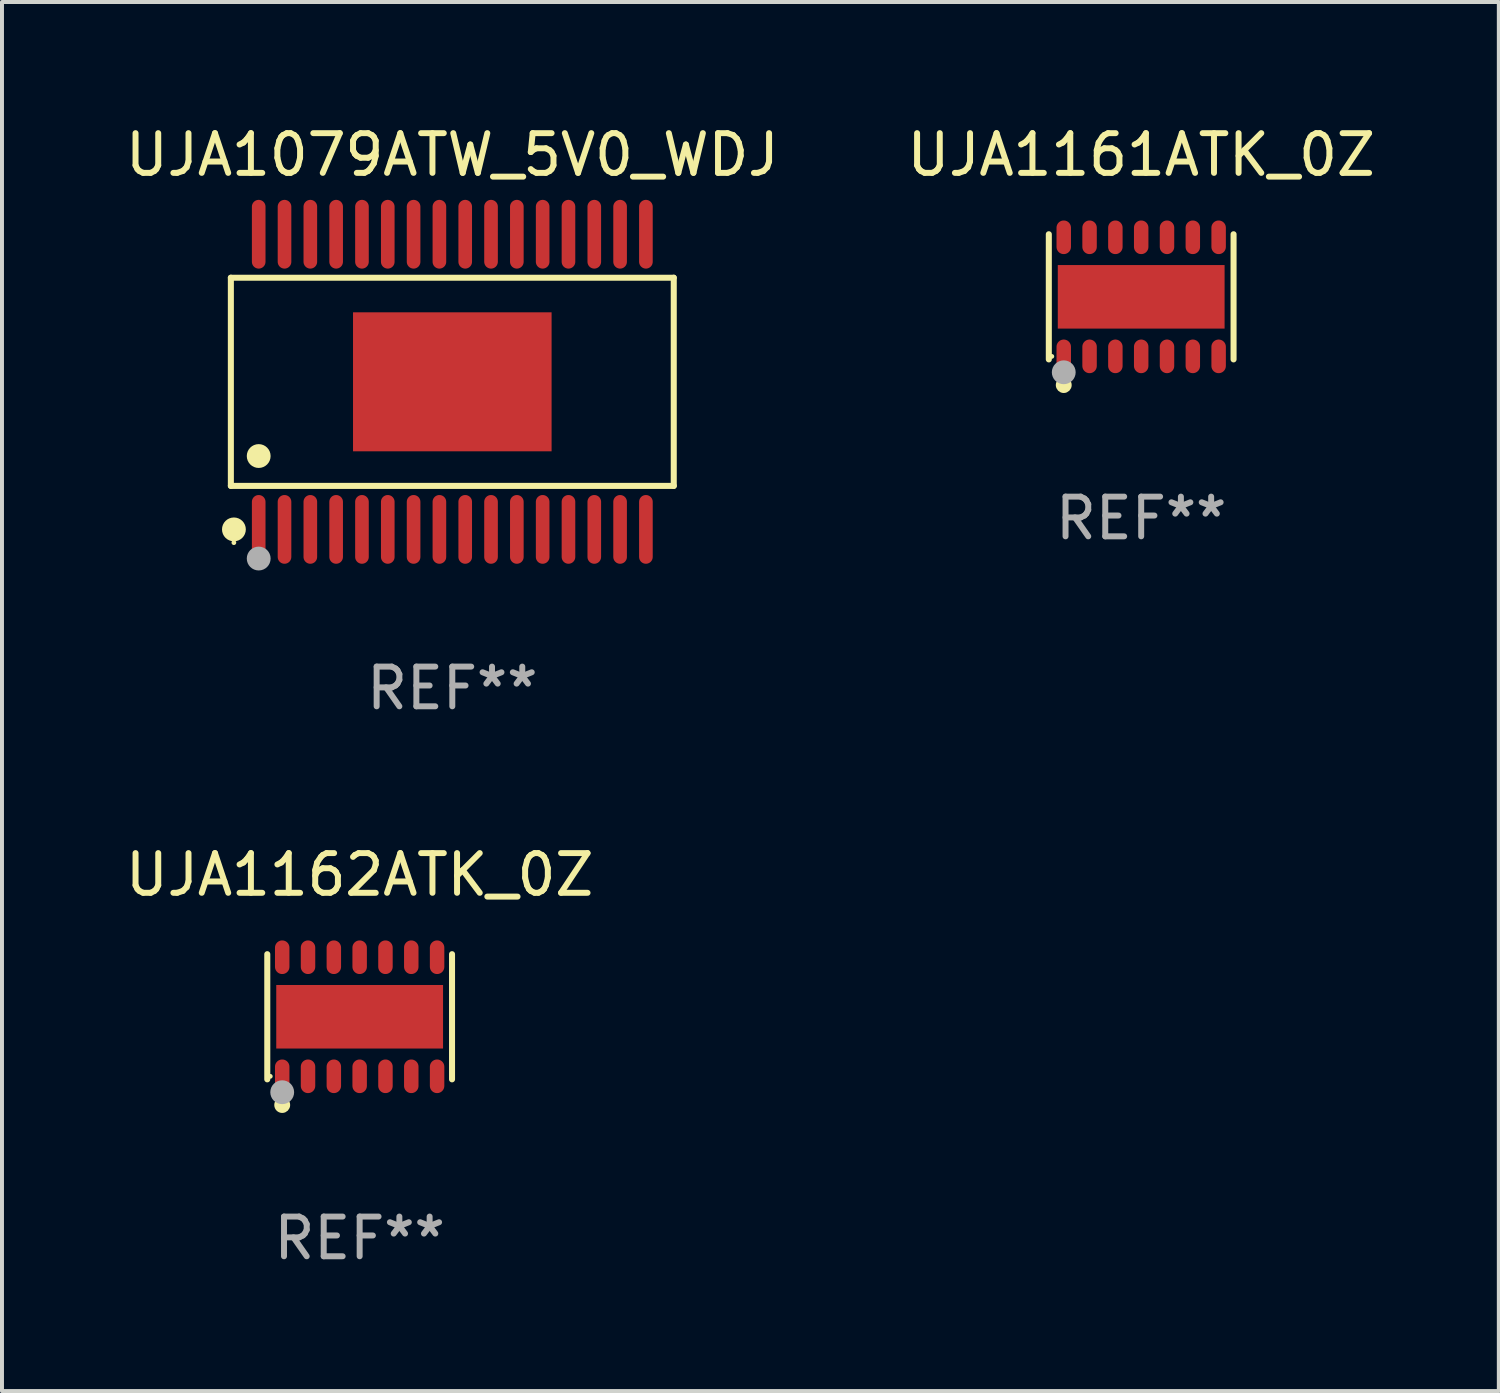
<source format=kicad_pcb>
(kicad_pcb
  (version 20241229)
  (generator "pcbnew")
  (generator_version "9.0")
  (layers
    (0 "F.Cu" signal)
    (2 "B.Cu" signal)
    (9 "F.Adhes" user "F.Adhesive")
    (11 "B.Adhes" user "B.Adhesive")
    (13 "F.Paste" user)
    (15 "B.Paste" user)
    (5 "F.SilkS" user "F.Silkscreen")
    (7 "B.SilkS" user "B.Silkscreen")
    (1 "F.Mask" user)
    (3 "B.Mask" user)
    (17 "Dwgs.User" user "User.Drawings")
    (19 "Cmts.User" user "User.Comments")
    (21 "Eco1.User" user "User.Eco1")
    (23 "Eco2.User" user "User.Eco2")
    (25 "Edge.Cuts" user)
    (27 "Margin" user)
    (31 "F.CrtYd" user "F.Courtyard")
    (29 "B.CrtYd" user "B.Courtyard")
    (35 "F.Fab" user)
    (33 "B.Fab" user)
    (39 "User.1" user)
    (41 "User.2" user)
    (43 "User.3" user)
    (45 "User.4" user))
  (footprint "UJA1161ATK_0Z"
    (layer "F.Cu")
    (at 25.685 4.424)
    (property "Reference" "UJA1161ATK_0Z" (at 0 -3.576 0) (layer "F.SilkS") (effects (font (size 1 1) (thickness 0.15))))
    (attr through_hole)
    (fp_line (start -2.326 1.576) (end -2.326 -1.576) (stroke (width 0.152) (type solid)) (layer "F.SilkS"))
    (fp_line (start 2.326 -1.576) (end 2.326 1.576) (stroke (width 0.152) (type solid)) (layer "F.SilkS"))
    (fp_circle (center -2.25 1.5) (end -2.22 1.5) (stroke (width 0.06) (type solid)) (fill no) (layer "F.SilkS"))
    (fp_circle (center -1.95 2.222) (end -1.85 2.222) (stroke (width 0.2) (type solid)) (fill no) (layer "F.SilkS"))
    (fp_circle (center -1.95 1.9) (end -1.8 1.9) (stroke (width 0.3) (type solid)) (fill no) (layer "F.Fab"))
    (fp_text user "REF**" (at 0 5.576 0) (layer "F.Fab") (effects (font (size 1 1) (thickness 0.15))))
    (pad "1" smd oval (at -1.95 1.499) (size 0.364 0.847) (layers "F.Cu" "F.Mask" "F.Paste"))
    (pad "2" smd oval (at -1.3 1.499) (size 0.364 0.847) (layers "F.Cu" "F.Mask" "F.Paste"))
    (pad "3" smd oval (at -0.65 1.499) (size 0.364 0.847) (layers "F.Cu" "F.Mask" "F.Paste"))
    (pad "4" smd oval (at 0 1.499) (size 0.364 0.847) (layers "F.Cu" "F.Mask" "F.Paste"))
    (pad "5" smd oval (at 0.65 1.499) (size 0.364 0.847) (layers "F.Cu" "F.Mask" "F.Paste"))
    (pad "6" smd oval (at 1.3 1.499) (size 0.364 0.847) (layers "F.Cu" "F.Mask" "F.Paste"))
    (pad "7" smd oval (at 1.95 1.499) (size 0.364 0.847) (layers "F.Cu" "F.Mask" "F.Paste"))
    (pad "8" smd oval (at 1.95 -1.499) (size 0.364 0.847) (layers "F.Cu" "F.Mask" "F.Paste"))
    (pad "9" smd oval (at 1.3 -1.499) (size 0.364 0.847) (layers "F.Cu" "F.Mask" "F.Paste"))
    (pad "10" smd oval (at 0.65 -1.499) (size 0.364 0.847) (layers "F.Cu" "F.Mask" "F.Paste"))
    (pad "11" smd oval (at 0 -1.499) (size 0.364 0.847) (layers "F.Cu" "F.Mask" "F.Paste"))
    (pad "12" smd oval (at -0.65 -1.499) (size 0.364 0.847) (layers "F.Cu" "F.Mask" "F.Paste"))
    (pad "13" smd oval (at -1.3 -1.499) (size 0.364 0.847) (layers "F.Cu" "F.Mask" "F.Paste"))
    (pad "14" smd oval (at -1.95 -1.499) (size 0.364 0.847) (layers "F.Cu" "F.Mask" "F.Paste"))
    (pad "15" smd rect (at 0 0) (size 4.2 1.6) (layers "F.Cu" "F.Mask" "F.Paste")))
  (footprint "UJA1079ATW_5V0_WDJ"
    (layer "F.Cu")
    (at 8.339 6.564)
    (property "Reference" "UJA1079ATW_5V0_WDJ" (at 0 -5.716 0) (layer "F.SilkS") (effects (font (size 1 1) (thickness 0.15))))
    (attr through_hole)
    (fp_line (start -5.576 -2.621) (end 5.576 -2.621) (stroke (width 0.152) (type solid)) (layer "F.SilkS"))
    (fp_line (start -5.576 2.621) (end -5.576 -2.621) (stroke (width 0.152) (type solid)) (layer "F.SilkS"))
    (fp_line (start 5.576 -2.621) (end 5.576 2.621) (stroke (width 0.152) (type solid)) (layer "F.SilkS"))
    (fp_line (start 5.576 2.621) (end -5.576 2.621) (stroke (width 0.152) (type solid)) (layer "F.SilkS"))
    (fp_circle (center -5.5 4.05) (end -5.47 4.05) (stroke (width 0.06) (type solid)) (fill no) (layer "F.SilkS"))
    (fp_circle (center -5.499 3.716) (end -5.349 3.716) (stroke (width 0.3) (type solid)) (fill no) (layer "F.SilkS"))
    (fp_circle (center -4.875 1.869) (end -4.725 1.869) (stroke (width 0.3) (type solid)) (fill no) (layer "F.SilkS"))
    (fp_circle (center -4.875 4.45) (end -4.725 4.45) (stroke (width 0.3) (type solid)) (fill no) (layer "F.Fab"))
    (fp_text user "REF**" (at 0 7.716 0) (layer "F.Fab") (effects (font (size 1 1) (thickness 0.15))))
    (pad "1" smd oval (at -4.875 3.716) (size 0.343 1.731) (layers "F.Cu" "F.Mask" "F.Paste"))
    (pad "2" smd oval (at -4.225 3.716) (size 0.343 1.731) (layers "F.Cu" "F.Mask" "F.Paste"))
    (pad "3" smd oval (at -3.575 3.716) (size 0.343 1.731) (layers "F.Cu" "F.Mask" "F.Paste"))
    (pad "4" smd oval (at -2.925 3.716) (size 0.343 1.731) (layers "F.Cu" "F.Mask" "F.Paste"))
    (pad "5" smd oval (at -2.275 3.716) (size 0.343 1.731) (layers "F.Cu" "F.Mask" "F.Paste"))
    (pad "6" smd oval (at -1.625 3.716) (size 0.343 1.731) (layers "F.Cu" "F.Mask" "F.Paste"))
    (pad "7" smd oval (at -0.975 3.716) (size 0.343 1.731) (layers "F.Cu" "F.Mask" "F.Paste"))
    (pad "8" smd oval (at -0.325 3.716) (size 0.343 1.731) (layers "F.Cu" "F.Mask" "F.Paste"))
    (pad "9" smd oval (at 0.325 3.716) (size 0.343 1.731) (layers "F.Cu" "F.Mask" "F.Paste"))
    (pad "10" smd oval (at 0.975 3.716) (size 0.343 1.731) (layers "F.Cu" "F.Mask" "F.Paste"))
    (pad "11" smd oval (at 1.625 3.716) (size 0.343 1.731) (layers "F.Cu" "F.Mask" "F.Paste"))
    (pad "12" smd oval (at 2.275 3.716) (size 0.343 1.731) (layers "F.Cu" "F.Mask" "F.Paste"))
    (pad "13" smd oval (at 2.925 3.716) (size 0.343 1.731) (layers "F.Cu" "F.Mask" "F.Paste"))
    (pad "14" smd oval (at 3.575 3.716) (size 0.343 1.731) (layers "F.Cu" "F.Mask" "F.Paste"))
    (pad "15" smd oval (at 4.225 3.716) (size 0.343 1.731) (layers "F.Cu" "F.Mask" "F.Paste"))
    (pad "16" smd oval (at 4.875 3.716) (size 0.343 1.731) (layers "F.Cu" "F.Mask" "F.Paste"))
    (pad "17" smd oval (at 4.875 -3.716) (size 0.343 1.731) (layers "F.Cu" "F.Mask" "F.Paste"))
    (pad "18" smd oval (at 4.225 -3.716) (size 0.343 1.731) (layers "F.Cu" "F.Mask" "F.Paste"))
    (pad "19" smd oval (at 3.575 -3.716) (size 0.343 1.731) (layers "F.Cu" "F.Mask" "F.Paste"))
    (pad "20" smd oval (at 2.925 -3.716) (size 0.343 1.731) (layers "F.Cu" "F.Mask" "F.Paste"))
    (pad "21" smd oval (at 2.275 -3.716) (size 0.343 1.731) (layers "F.Cu" "F.Mask" "F.Paste"))
    (pad "22" smd oval (at 1.625 -3.716) (size 0.343 1.731) (layers "F.Cu" "F.Mask" "F.Paste"))
    (pad "23" smd oval (at 0.975 -3.716) (size 0.343 1.731) (layers "F.Cu" "F.Mask" "F.Paste"))
    (pad "24" smd oval (at 0.325 -3.716) (size 0.343 1.731) (layers "F.Cu" "F.Mask" "F.Paste"))
    (pad "25" smd oval (at -0.325 -3.716) (size 0.343 1.731) (layers "F.Cu" "F.Mask" "F.Paste"))
    (pad "26" smd oval (at -0.975 -3.716) (size 0.343 1.731) (layers "F.Cu" "F.Mask" "F.Paste"))
    (pad "27" smd oval (at -1.625 -3.716) (size 0.343 1.731) (layers "F.Cu" "F.Mask" "F.Paste"))
    (pad "28" smd oval (at -2.275 -3.716) (size 0.343 1.731) (layers "F.Cu" "F.Mask" "F.Paste"))
    (pad "29" smd oval (at -2.925 -3.716) (size 0.343 1.731) (layers "F.Cu" "F.Mask" "F.Paste"))
    (pad "30" smd oval (at -3.575 -3.716) (size 0.343 1.731) (layers "F.Cu" "F.Mask" "F.Paste"))
    (pad "31" smd oval (at -4.225 -3.716) (size 0.343 1.731) (layers "F.Cu" "F.Mask" "F.Paste"))
    (pad "32" smd oval (at -4.875 -3.716) (size 0.343 1.731) (layers "F.Cu" "F.Mask" "F.Paste"))
    (pad "33" smd rect (at 0 0) (size 5 3.5) (layers "F.Cu" "F.Mask" "F.Paste")))
  (footprint "UJA1162ATK_0Z"
    (layer "F.Cu")
    (at 6.006 22.552)
    (property "Reference" "UJA1162ATK_0Z" (at 0 -3.576 0) (layer "F.SilkS") (effects (font (size 1 1) (thickness 0.15))))
    (attr through_hole)
    (fp_line (start -2.326 1.576) (end -2.326 -1.576) (stroke (width 0.152) (type solid)) (layer "F.SilkS"))
    (fp_line (start 2.326 -1.576) (end 2.326 1.576) (stroke (width 0.152) (type solid)) (layer "F.SilkS"))
    (fp_circle (center -2.25 1.5) (end -2.22 1.5) (stroke (width 0.06) (type solid)) (fill no) (layer "F.SilkS"))
    (fp_circle (center -1.95 2.222) (end -1.85 2.222) (stroke (width 0.2) (type solid)) (fill no) (layer "F.SilkS"))
    (fp_circle (center -1.95 1.9) (end -1.8 1.9) (stroke (width 0.3) (type solid)) (fill no) (layer "F.Fab"))
    (fp_text user "REF**" (at 0 5.576 0) (layer "F.Fab") (effects (font (size 1 1) (thickness 0.15))))
    (pad "1" smd oval (at -1.95 1.499) (size 0.364 0.847) (layers "F.Cu" "F.Mask" "F.Paste"))
    (pad "2" smd oval (at -1.3 1.499) (size 0.364 0.847) (layers "F.Cu" "F.Mask" "F.Paste"))
    (pad "3" smd oval (at -0.65 1.499) (size 0.364 0.847) (layers "F.Cu" "F.Mask" "F.Paste"))
    (pad "4" smd oval (at 0 1.499) (size 0.364 0.847) (layers "F.Cu" "F.Mask" "F.Paste"))
    (pad "5" smd oval (at 0.65 1.499) (size 0.364 0.847) (layers "F.Cu" "F.Mask" "F.Paste"))
    (pad "6" smd oval (at 1.3 1.499) (size 0.364 0.847) (layers "F.Cu" "F.Mask" "F.Paste"))
    (pad "7" smd oval (at 1.95 1.499) (size 0.364 0.847) (layers "F.Cu" "F.Mask" "F.Paste"))
    (pad "8" smd oval (at 1.95 -1.499) (size 0.364 0.847) (layers "F.Cu" "F.Mask" "F.Paste"))
    (pad "9" smd oval (at 1.3 -1.499) (size 0.364 0.847) (layers "F.Cu" "F.Mask" "F.Paste"))
    (pad "10" smd oval (at 0.65 -1.499) (size 0.364 0.847) (layers "F.Cu" "F.Mask" "F.Paste"))
    (pad "11" smd oval (at 0 -1.499) (size 0.364 0.847) (layers "F.Cu" "F.Mask" "F.Paste"))
    (pad "12" smd oval (at -0.65 -1.499) (size 0.364 0.847) (layers "F.Cu" "F.Mask" "F.Paste"))
    (pad "13" smd oval (at -1.3 -1.499) (size 0.364 0.847) (layers "F.Cu" "F.Mask" "F.Paste"))
    (pad "14" smd oval (at -1.95 -1.499) (size 0.364 0.847) (layers "F.Cu" "F.Mask" "F.Paste"))
    (pad "15" smd rect (at 0 0) (size 4.2 1.6) (layers "F.Cu" "F.Mask" "F.Paste")))
  (gr_rect
    (start -3 -3)
    (end 34.69 31.977)
    (stroke (width 0.1) (type default))
    (fill no)
    (layer "Edge.Cuts")))
</source>
